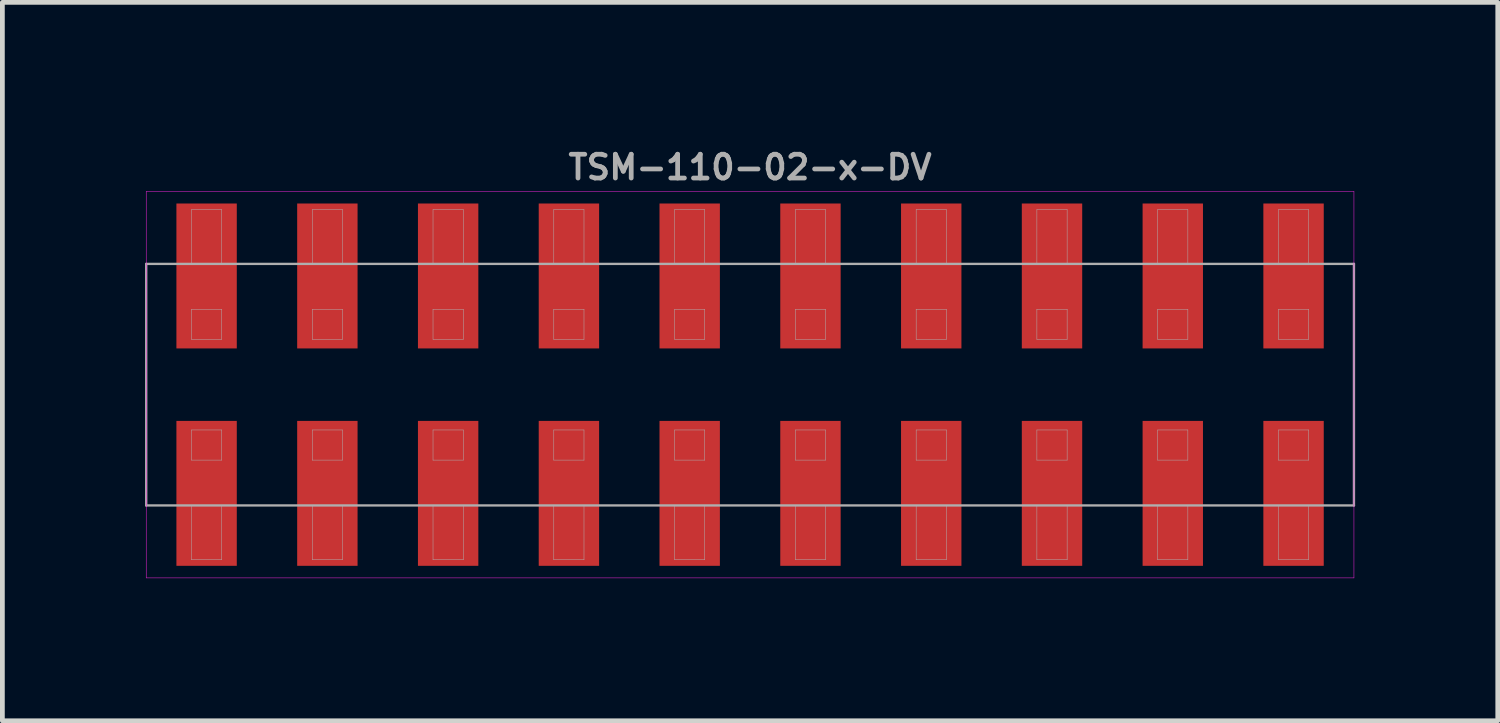
<source format=kicad_pcb>
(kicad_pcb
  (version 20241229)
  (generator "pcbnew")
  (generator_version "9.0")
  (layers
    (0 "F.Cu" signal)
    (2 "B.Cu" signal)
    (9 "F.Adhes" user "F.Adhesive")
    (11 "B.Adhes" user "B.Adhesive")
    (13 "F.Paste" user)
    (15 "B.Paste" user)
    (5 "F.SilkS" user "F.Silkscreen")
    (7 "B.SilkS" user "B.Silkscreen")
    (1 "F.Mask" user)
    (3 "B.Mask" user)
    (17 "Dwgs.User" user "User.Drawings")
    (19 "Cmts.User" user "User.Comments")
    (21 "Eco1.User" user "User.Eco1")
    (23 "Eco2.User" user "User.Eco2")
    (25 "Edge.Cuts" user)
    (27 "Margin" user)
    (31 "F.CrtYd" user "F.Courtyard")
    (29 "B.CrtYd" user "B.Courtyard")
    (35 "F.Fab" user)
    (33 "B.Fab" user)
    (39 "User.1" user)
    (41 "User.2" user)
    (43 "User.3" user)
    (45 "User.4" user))
  (footprint "TSM-110-02-x-DV"
    (layer "F.Cu")
    (at 12.725 5.04)
    (property "Reference" "TSM-110-02-x-DV" (at 0 -4.572 0) (layer "F.Fab") (effects (font (size 0.5 0.5) (thickness 0.1))))
    (attr smd)
    (fp_line (start -12.7 -4.064) (end -12.7 4.064) (stroke (width 0.01) (type solid)) (layer "F.CrtYd"))
    (fp_line (start -12.7 4.064) (end 12.7 4.064) (stroke (width 0.01) (type solid)) (layer "F.CrtYd"))
    (fp_line (start 12.7 -4.064) (end -12.7 -4.064) (stroke (width 0.01) (type solid)) (layer "F.CrtYd"))
    (fp_line (start 12.7 4.064) (end 12.7 -4.064) (stroke (width 0.01) (type solid)) (layer "F.CrtYd"))
    (fp_line (start -12.7 -2.54) (end 12.7 -2.54) (stroke (width 0.05) (type solid)) (layer "F.Fab"))
    (fp_line (start -12.7 2.54) (end -12.7 -2.54) (stroke (width 0.05) (type solid)) (layer "F.Fab"))
    (fp_line (start -11.748 -3.683) (end -11.113 -3.683) (stroke (width 0.01) (type solid)) (layer "F.Fab"))
    (fp_line (start -11.748 -2.54) (end -11.748 -3.683) (stroke (width 0.01) (type solid)) (layer "F.Fab"))
    (fp_line (start -11.748 -1.587) (end -11.748 -0.953) (stroke (width 0.01) (type solid)) (layer "F.Fab"))
    (fp_line (start -11.748 -0.953) (end -11.113 -0.953) (stroke (width 0.01) (type solid)) (layer "F.Fab"))
    (fp_line (start -11.748 0.953) (end -11.748 1.587) (stroke (width 0.01) (type solid)) (layer "F.Fab"))
    (fp_line (start -11.748 1.587) (end -11.113 1.587) (stroke (width 0.01) (type solid)) (layer "F.Fab"))
    (fp_line (start -11.748 3.683) (end -11.748 2.54) (stroke (width 0.01) (type solid)) (layer "F.Fab"))
    (fp_line (start -11.113 -3.683) (end -11.113 -2.54) (stroke (width 0.01) (type solid)) (layer "F.Fab"))
    (fp_line (start -11.113 -1.587) (end -11.748 -1.587) (stroke (width 0.01) (type solid)) (layer "F.Fab"))
    (fp_line (start -11.113 -0.953) (end -11.113 -1.587) (stroke (width 0.01) (type solid)) (layer "F.Fab"))
    (fp_line (start -11.113 0.953) (end -11.748 0.953) (stroke (width 0.01) (type solid)) (layer "F.Fab"))
    (fp_line (start -11.113 1.587) (end -11.113 0.953) (stroke (width 0.01) (type solid)) (layer "F.Fab"))
    (fp_line (start -11.113 2.54) (end -11.113 3.683) (stroke (width 0.01) (type solid)) (layer "F.Fab"))
    (fp_line (start -11.113 3.683) (end -11.748 3.683) (stroke (width 0.01) (type solid)) (layer "F.Fab"))
    (fp_line (start -9.207 -3.683) (end -8.572 -3.683) (stroke (width 0.01) (type solid)) (layer "F.Fab"))
    (fp_line (start -9.207 -2.54) (end -9.207 -3.683) (stroke (width 0.01) (type solid)) (layer "F.Fab"))
    (fp_line (start -9.207 -1.587) (end -9.207 -0.953) (stroke (width 0.01) (type solid)) (layer "F.Fab"))
    (fp_line (start -9.207 -0.953) (end -8.572 -0.953) (stroke (width 0.01) (type solid)) (layer "F.Fab"))
    (fp_line (start -9.207 0.953) (end -9.207 1.587) (stroke (width 0.01) (type solid)) (layer "F.Fab"))
    (fp_line (start -9.207 1.587) (end -8.572 1.587) (stroke (width 0.01) (type solid)) (layer "F.Fab"))
    (fp_line (start -9.207 3.683) (end -9.207 2.54) (stroke (width 0.01) (type solid)) (layer "F.Fab"))
    (fp_line (start -8.572 -3.683) (end -8.572 -2.54) (stroke (width 0.01) (type solid)) (layer "F.Fab"))
    (fp_line (start -8.572 -1.587) (end -9.207 -1.587) (stroke (width 0.01) (type solid)) (layer "F.Fab"))
    (fp_line (start -8.572 -0.953) (end -8.572 -1.587) (stroke (width 0.01) (type solid)) (layer "F.Fab"))
    (fp_line (start -8.572 0.953) (end -9.207 0.953) (stroke (width 0.01) (type solid)) (layer "F.Fab"))
    (fp_line (start -8.572 1.587) (end -8.572 0.953) (stroke (width 0.01) (type solid)) (layer "F.Fab"))
    (fp_line (start -8.572 2.54) (end -8.572 3.683) (stroke (width 0.01) (type solid)) (layer "F.Fab"))
    (fp_line (start -8.572 3.683) (end -9.207 3.683) (stroke (width 0.01) (type solid)) (layer "F.Fab"))
    (fp_line (start -6.668 -3.683) (end -6.032 -3.683) (stroke (width 0.01) (type solid)) (layer "F.Fab"))
    (fp_line (start -6.668 -2.54) (end -6.668 -3.683) (stroke (width 0.01) (type solid)) (layer "F.Fab"))
    (fp_line (start -6.668 -1.587) (end -6.668 -0.953) (stroke (width 0.01) (type solid)) (layer "F.Fab"))
    (fp_line (start -6.668 -0.953) (end -6.032 -0.953) (stroke (width 0.01) (type solid)) (layer "F.Fab"))
    (fp_line (start -6.668 0.953) (end -6.668 1.587) (stroke (width 0.01) (type solid)) (layer "F.Fab"))
    (fp_line (start -6.668 1.587) (end -6.032 1.587) (stroke (width 0.01) (type solid)) (layer "F.Fab"))
    (fp_line (start -6.668 3.683) (end -6.668 2.54) (stroke (width 0.01) (type solid)) (layer "F.Fab"))
    (fp_line (start -6.032 -3.683) (end -6.032 -2.54) (stroke (width 0.01) (type solid)) (layer "F.Fab"))
    (fp_line (start -6.032 -1.587) (end -6.668 -1.587) (stroke (width 0.01) (type solid)) (layer "F.Fab"))
    (fp_line (start -6.032 -0.953) (end -6.032 -1.587) (stroke (width 0.01) (type solid)) (layer "F.Fab"))
    (fp_line (start -6.032 0.953) (end -6.668 0.953) (stroke (width 0.01) (type solid)) (layer "F.Fab"))
    (fp_line (start -6.032 1.587) (end -6.032 0.953) (stroke (width 0.01) (type solid)) (layer "F.Fab"))
    (fp_line (start -6.032 2.54) (end -6.032 3.683) (stroke (width 0.01) (type solid)) (layer "F.Fab"))
    (fp_line (start -6.032 3.683) (end -6.668 3.683) (stroke (width 0.01) (type solid)) (layer "F.Fab"))
    (fp_line (start -4.128 -3.683) (end -3.493 -3.683) (stroke (width 0.01) (type solid)) (layer "F.Fab"))
    (fp_line (start -4.128 -2.54) (end -4.128 -3.683) (stroke (width 0.01) (type solid)) (layer "F.Fab"))
    (fp_line (start -4.128 -1.587) (end -4.128 -0.953) (stroke (width 0.01) (type solid)) (layer "F.Fab"))
    (fp_line (start -4.128 -0.953) (end -3.493 -0.953) (stroke (width 0.01) (type solid)) (layer "F.Fab"))
    (fp_line (start -4.128 0.953) (end -4.128 1.587) (stroke (width 0.01) (type solid)) (layer "F.Fab"))
    (fp_line (start -4.128 1.587) (end -3.493 1.587) (stroke (width 0.01) (type solid)) (layer "F.Fab"))
    (fp_line (start -4.128 3.683) (end -4.128 2.54) (stroke (width 0.01) (type solid)) (layer "F.Fab"))
    (fp_line (start -3.493 -3.683) (end -3.493 -2.54) (stroke (width 0.01) (type solid)) (layer "F.Fab"))
    (fp_line (start -3.493 -1.587) (end -4.128 -1.587) (stroke (width 0.01) (type solid)) (layer "F.Fab"))
    (fp_line (start -3.493 -0.953) (end -3.493 -1.587) (stroke (width 0.01) (type solid)) (layer "F.Fab"))
    (fp_line (start -3.493 0.953) (end -4.128 0.953) (stroke (width 0.01) (type solid)) (layer "F.Fab"))
    (fp_line (start -3.493 1.587) (end -3.493 0.953) (stroke (width 0.01) (type solid)) (layer "F.Fab"))
    (fp_line (start -3.493 2.54) (end -3.493 3.683) (stroke (width 0.01) (type solid)) (layer "F.Fab"))
    (fp_line (start -3.493 3.683) (end -4.128 3.683) (stroke (width 0.01) (type solid)) (layer "F.Fab"))
    (fp_line (start -1.587 -3.683) (end -0.953 -3.683) (stroke (width 0.01) (type solid)) (layer "F.Fab"))
    (fp_line (start -1.587 -2.54) (end -1.587 -3.683) (stroke (width 0.01) (type solid)) (layer "F.Fab"))
    (fp_line (start -1.587 -1.587) (end -1.587 -0.953) (stroke (width 0.01) (type solid)) (layer "F.Fab"))
    (fp_line (start -1.587 -0.953) (end -0.953 -0.953) (stroke (width 0.01) (type solid)) (layer "F.Fab"))
    (fp_line (start -1.587 0.953) (end -1.587 1.587) (stroke (width 0.01) (type solid)) (layer "F.Fab"))
    (fp_line (start -1.587 1.587) (end -0.953 1.587) (stroke (width 0.01) (type solid)) (layer "F.Fab"))
    (fp_line (start -1.587 3.683) (end -1.587 2.54) (stroke (width 0.01) (type solid)) (layer "F.Fab"))
    (fp_line (start -0.953 -3.683) (end -0.953 -2.54) (stroke (width 0.01) (type solid)) (layer "F.Fab"))
    (fp_line (start -0.953 -1.587) (end -1.587 -1.587) (stroke (width 0.01) (type solid)) (layer "F.Fab"))
    (fp_line (start -0.953 -0.953) (end -0.953 -1.587) (stroke (width 0.01) (type solid)) (layer "F.Fab"))
    (fp_line (start -0.953 0.953) (end -1.587 0.953) (stroke (width 0.01) (type solid)) (layer "F.Fab"))
    (fp_line (start -0.953 1.587) (end -0.953 0.953) (stroke (width 0.01) (type solid)) (layer "F.Fab"))
    (fp_line (start -0.953 2.54) (end -0.953 3.683) (stroke (width 0.01) (type solid)) (layer "F.Fab"))
    (fp_line (start -0.953 3.683) (end -1.587 3.683) (stroke (width 0.01) (type solid)) (layer "F.Fab"))
    (fp_line (start 0.953 -3.683) (end 1.587 -3.683) (stroke (width 0.01) (type solid)) (layer "F.Fab"))
    (fp_line (start 0.953 -2.54) (end 0.953 -3.683) (stroke (width 0.01) (type solid)) (layer "F.Fab"))
    (fp_line (start 0.953 -1.587) (end 0.953 -0.953) (stroke (width 0.01) (type solid)) (layer "F.Fab"))
    (fp_line (start 0.953 -0.953) (end 1.587 -0.953) (stroke (width 0.01) (type solid)) (layer "F.Fab"))
    (fp_line (start 0.953 0.953) (end 0.953 1.587) (stroke (width 0.01) (type solid)) (layer "F.Fab"))
    (fp_line (start 0.953 1.587) (end 1.587 1.587) (stroke (width 0.01) (type solid)) (layer "F.Fab"))
    (fp_line (start 0.953 3.683) (end 0.953 2.54) (stroke (width 0.01) (type solid)) (layer "F.Fab"))
    (fp_line (start 1.587 -3.683) (end 1.587 -2.54) (stroke (width 0.01) (type solid)) (layer "F.Fab"))
    (fp_line (start 1.587 -1.587) (end 0.953 -1.587) (stroke (width 0.01) (type solid)) (layer "F.Fab"))
    (fp_line (start 1.587 -0.953) (end 1.587 -1.587) (stroke (width 0.01) (type solid)) (layer "F.Fab"))
    (fp_line (start 1.587 0.953) (end 0.953 0.953) (stroke (width 0.01) (type solid)) (layer "F.Fab"))
    (fp_line (start 1.587 1.587) (end 1.587 0.953) (stroke (width 0.01) (type solid)) (layer "F.Fab"))
    (fp_line (start 1.587 2.54) (end 1.587 3.683) (stroke (width 0.01) (type solid)) (layer "F.Fab"))
    (fp_line (start 1.587 3.683) (end 0.953 3.683) (stroke (width 0.01) (type solid)) (layer "F.Fab"))
    (fp_line (start 3.493 -3.683) (end 4.128 -3.683) (stroke (width 0.01) (type solid)) (layer "F.Fab"))
    (fp_line (start 3.493 -2.54) (end 3.493 -3.683) (stroke (width 0.01) (type solid)) (layer "F.Fab"))
    (fp_line (start 3.493 -1.587) (end 3.493 -0.953) (stroke (width 0.01) (type solid)) (layer "F.Fab"))
    (fp_line (start 3.493 -0.953) (end 4.128 -0.953) (stroke (width 0.01) (type solid)) (layer "F.Fab"))
    (fp_line (start 3.493 0.953) (end 3.493 1.587) (stroke (width 0.01) (type solid)) (layer "F.Fab"))
    (fp_line (start 3.493 1.587) (end 4.128 1.587) (stroke (width 0.01) (type solid)) (layer "F.Fab"))
    (fp_line (start 3.493 3.683) (end 3.493 2.54) (stroke (width 0.01) (type solid)) (layer "F.Fab"))
    (fp_line (start 4.128 -3.683) (end 4.128 -2.54) (stroke (width 0.01) (type solid)) (layer "F.Fab"))
    (fp_line (start 4.128 -1.587) (end 3.493 -1.587) (stroke (width 0.01) (type solid)) (layer "F.Fab"))
    (fp_line (start 4.128 -0.953) (end 4.128 -1.587) (stroke (width 0.01) (type solid)) (layer "F.Fab"))
    (fp_line (start 4.128 0.953) (end 3.493 0.953) (stroke (width 0.01) (type solid)) (layer "F.Fab"))
    (fp_line (start 4.128 1.587) (end 4.128 0.953) (stroke (width 0.01) (type solid)) (layer "F.Fab"))
    (fp_line (start 4.128 2.54) (end 4.128 3.683) (stroke (width 0.01) (type solid)) (layer "F.Fab"))
    (fp_line (start 4.128 3.683) (end 3.493 3.683) (stroke (width 0.01) (type solid)) (layer "F.Fab"))
    (fp_line (start 6.032 -3.683) (end 6.668 -3.683) (stroke (width 0.01) (type solid)) (layer "F.Fab"))
    (fp_line (start 6.032 -2.54) (end 6.032 -3.683) (stroke (width 0.01) (type solid)) (layer "F.Fab"))
    (fp_line (start 6.032 -1.587) (end 6.032 -0.953) (stroke (width 0.01) (type solid)) (layer "F.Fab"))
    (fp_line (start 6.032 -0.953) (end 6.668 -0.953) (stroke (width 0.01) (type solid)) (layer "F.Fab"))
    (fp_line (start 6.032 0.953) (end 6.032 1.587) (stroke (width 0.01) (type solid)) (layer "F.Fab"))
    (fp_line (start 6.032 1.587) (end 6.668 1.587) (stroke (width 0.01) (type solid)) (layer "F.Fab"))
    (fp_line (start 6.032 3.683) (end 6.032 2.54) (stroke (width 0.01) (type solid)) (layer "F.Fab"))
    (fp_line (start 6.668 -3.683) (end 6.668 -2.54) (stroke (width 0.01) (type solid)) (layer "F.Fab"))
    (fp_line (start 6.668 -1.587) (end 6.032 -1.587) (stroke (width 0.01) (type solid)) (layer "F.Fab"))
    (fp_line (start 6.668 -0.953) (end 6.668 -1.587) (stroke (width 0.01) (type solid)) (layer "F.Fab"))
    (fp_line (start 6.668 0.953) (end 6.032 0.953) (stroke (width 0.01) (type solid)) (layer "F.Fab"))
    (fp_line (start 6.668 1.587) (end 6.668 0.953) (stroke (width 0.01) (type solid)) (layer "F.Fab"))
    (fp_line (start 6.668 2.54) (end 6.668 3.683) (stroke (width 0.01) (type solid)) (layer "F.Fab"))
    (fp_line (start 6.668 3.683) (end 6.032 3.683) (stroke (width 0.01) (type solid)) (layer "F.Fab"))
    (fp_line (start 8.572 -3.683) (end 9.207 -3.683) (stroke (width 0.01) (type solid)) (layer "F.Fab"))
    (fp_line (start 8.572 -2.54) (end 8.572 -3.683) (stroke (width 0.01) (type solid)) (layer "F.Fab"))
    (fp_line (start 8.572 -1.587) (end 8.572 -0.953) (stroke (width 0.01) (type solid)) (layer "F.Fab"))
    (fp_line (start 8.572 -0.953) (end 9.207 -0.953) (stroke (width 0.01) (type solid)) (layer "F.Fab"))
    (fp_line (start 8.572 0.953) (end 8.572 1.587) (stroke (width 0.01) (type solid)) (layer "F.Fab"))
    (fp_line (start 8.572 1.587) (end 9.207 1.587) (stroke (width 0.01) (type solid)) (layer "F.Fab"))
    (fp_line (start 8.572 3.683) (end 8.572 2.54) (stroke (width 0.01) (type solid)) (layer "F.Fab"))
    (fp_line (start 9.207 -3.683) (end 9.207 -2.54) (stroke (width 0.01) (type solid)) (layer "F.Fab"))
    (fp_line (start 9.207 -1.587) (end 8.572 -1.587) (stroke (width 0.01) (type solid)) (layer "F.Fab"))
    (fp_line (start 9.207 -0.953) (end 9.207 -1.587) (stroke (width 0.01) (type solid)) (layer "F.Fab"))
    (fp_line (start 9.207 0.953) (end 8.572 0.953) (stroke (width 0.01) (type solid)) (layer "F.Fab"))
    (fp_line (start 9.207 1.587) (end 9.207 0.953) (stroke (width 0.01) (type solid)) (layer "F.Fab"))
    (fp_line (start 9.207 2.54) (end 9.207 3.683) (stroke (width 0.01) (type solid)) (layer "F.Fab"))
    (fp_line (start 9.207 3.683) (end 8.572 3.683) (stroke (width 0.01) (type solid)) (layer "F.Fab"))
    (fp_line (start 11.113 -3.683) (end 11.748 -3.683) (stroke (width 0.01) (type solid)) (layer "F.Fab"))
    (fp_line (start 11.113 -2.54) (end 11.113 -3.683) (stroke (width 0.01) (type solid)) (layer "F.Fab"))
    (fp_line (start 11.113 -1.587) (end 11.113 -0.953) (stroke (width 0.01) (type solid)) (layer "F.Fab"))
    (fp_line (start 11.113 -0.953) (end 11.748 -0.953) (stroke (width 0.01) (type solid)) (layer "F.Fab"))
    (fp_line (start 11.113 0.953) (end 11.113 1.587) (stroke (width 0.01) (type solid)) (layer "F.Fab"))
    (fp_line (start 11.113 1.587) (end 11.748 1.587) (stroke (width 0.01) (type solid)) (layer "F.Fab"))
    (fp_line (start 11.113 3.683) (end 11.113 2.54) (stroke (width 0.01) (type solid)) (layer "F.Fab"))
    (fp_line (start 11.748 -3.683) (end 11.748 -2.54) (stroke (width 0.01) (type solid)) (layer "F.Fab"))
    (fp_line (start 11.748 -1.587) (end 11.113 -1.587) (stroke (width 0.01) (type solid)) (layer "F.Fab"))
    (fp_line (start 11.748 -0.953) (end 11.748 -1.587) (stroke (width 0.01) (type solid)) (layer "F.Fab"))
    (fp_line (start 11.748 0.953) (end 11.113 0.953) (stroke (width 0.01) (type solid)) (layer "F.Fab"))
    (fp_line (start 11.748 1.587) (end 11.748 0.953) (stroke (width 0.01) (type solid)) (layer "F.Fab"))
    (fp_line (start 11.748 2.54) (end 11.748 3.683) (stroke (width 0.01) (type solid)) (layer "F.Fab"))
    (fp_line (start 11.748 3.683) (end 11.113 3.683) (stroke (width 0.01) (type solid)) (layer "F.Fab"))
    (fp_line (start 12.7 -2.54) (end 12.7 2.54) (stroke (width 0.05) (type solid)) (layer "F.Fab"))
    (fp_line (start 12.7 2.54) (end -12.7 2.54) (stroke (width 0.05) (type solid)) (layer "F.Fab"))
    (pad "1" smd rect (at -11.43 2.286) (size 1.27 3.048) (layers "F.Cu" "F.Mask" "F.Paste"))
    (pad "2" smd rect (at -11.43 -2.286) (size 1.27 3.048) (layers "F.Cu" "F.Mask" "F.Paste"))
    (pad "3" smd rect (at -8.89 2.286) (size 1.27 3.048) (layers "F.Cu" "F.Mask" "F.Paste"))
    (pad "4" smd rect (at -8.89 -2.286) (size 1.27 3.048) (layers "F.Cu" "F.Mask" "F.Paste"))
    (pad "5" smd rect (at -6.35 2.286) (size 1.27 3.048) (layers "F.Cu" "F.Mask" "F.Paste"))
    (pad "6" smd rect (at -6.35 -2.286) (size 1.27 3.048) (layers "F.Cu" "F.Mask" "F.Paste"))
    (pad "7" smd rect (at -3.81 2.286) (size 1.27 3.048) (layers "F.Cu" "F.Mask" "F.Paste"))
    (pad "8" smd rect (at -3.81 -2.286) (size 1.27 3.048) (layers "F.Cu" "F.Mask" "F.Paste"))
    (pad "9" smd rect (at -1.27 2.286) (size 1.27 3.048) (layers "F.Cu" "F.Mask" "F.Paste"))
    (pad "10" smd rect (at -1.27 -2.286) (size 1.27 3.048) (layers "F.Cu" "F.Mask" "F.Paste"))
    (pad "11" smd rect (at 1.27 2.286) (size 1.27 3.048) (layers "F.Cu" "F.Mask" "F.Paste"))
    (pad "12" smd rect (at 1.27 -2.286) (size 1.27 3.048) (layers "F.Cu" "F.Mask" "F.Paste"))
    (pad "13" smd rect (at 3.81 2.286) (size 1.27 3.048) (layers "F.Cu" "F.Mask" "F.Paste"))
    (pad "14" smd rect (at 3.81 -2.286) (size 1.27 3.048) (layers "F.Cu" "F.Mask" "F.Paste"))
    (pad "15" smd rect (at 6.35 2.286) (size 1.27 3.048) (layers "F.Cu" "F.Mask" "F.Paste"))
    (pad "16" smd rect (at 6.35 -2.286) (size 1.27 3.048) (layers "F.Cu" "F.Mask" "F.Paste"))
    (pad "17" smd rect (at 8.89 2.286) (size 1.27 3.048) (layers "F.Cu" "F.Mask" "F.Paste"))
    (pad "18" smd rect (at 8.89 -2.286) (size 1.27 3.048) (layers "F.Cu" "F.Mask" "F.Paste"))
    (pad "19" smd rect (at 11.43 2.286) (size 1.27 3.048) (layers "F.Cu" "F.Mask" "F.Paste"))
    (pad "20" smd rect (at 11.43 -2.286) (size 1.27 3.048) (layers "F.Cu" "F.Mask" "F.Paste")))
  (gr_rect
    (start -3 -3)
    (end 28.45 12.109)
    (stroke (width 0.1) (type default))
    (fill no)
    (layer "Edge.Cuts")))
</source>
